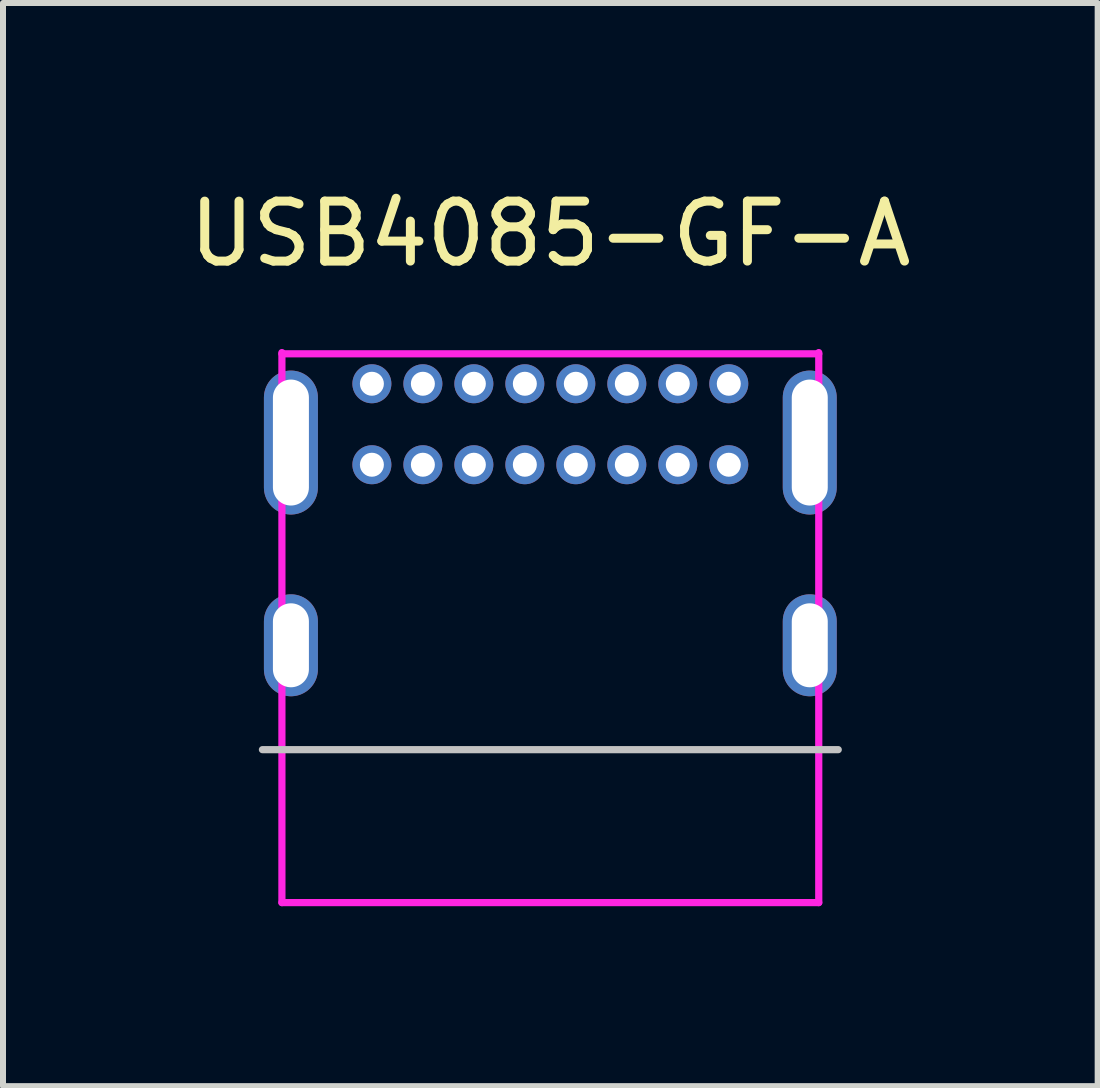
<source format=kicad_pcb>
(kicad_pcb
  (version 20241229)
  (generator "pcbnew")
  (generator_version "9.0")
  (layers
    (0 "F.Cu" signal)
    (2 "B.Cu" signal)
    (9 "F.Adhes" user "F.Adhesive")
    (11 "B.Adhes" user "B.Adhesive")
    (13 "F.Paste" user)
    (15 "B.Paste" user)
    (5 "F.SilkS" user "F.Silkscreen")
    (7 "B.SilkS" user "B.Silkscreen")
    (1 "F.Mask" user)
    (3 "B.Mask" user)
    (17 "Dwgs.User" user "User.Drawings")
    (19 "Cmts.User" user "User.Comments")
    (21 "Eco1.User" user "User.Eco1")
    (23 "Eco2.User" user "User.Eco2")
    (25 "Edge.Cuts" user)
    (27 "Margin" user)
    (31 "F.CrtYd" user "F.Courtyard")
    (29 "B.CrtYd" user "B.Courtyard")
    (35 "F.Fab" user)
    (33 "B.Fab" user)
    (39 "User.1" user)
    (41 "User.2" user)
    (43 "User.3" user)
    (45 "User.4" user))
  (footprint "USB4085-GF-A"
    (layer "F.Cu")
    (at 6.125 3.348)
    (property "Reference" "USB4085-GF-A" (at 0 -2.5 0) (layer "F.SilkS") (effects (font (size 1 1) (thickness 0.15))))
    (attr through_hole)
    (fp_line (start -4.8 6.1) (end 4.8 6.1) (stroke (width 0.12) (type solid)) (layer "Dwgs.User"))
    (fp_line (start -4.475 -0.5) (end 4.475 -0.5) (stroke (width 0.12) (type solid)) (layer "F.CrtYd"))
    (fp_line (start -4.475 8.65) (end -4.475 -0.52) (stroke (width 0.12) (type solid)) (layer "F.CrtYd"))
    (fp_line (start -4.475 8.65) (end 4.475 8.65) (stroke (width 0.12) (type solid)) (layer "F.CrtYd"))
    (fp_line (start 4.475 8.65) (end 4.475 -0.52) (stroke (width 0.12) (type solid)) (layer "F.CrtYd"))
    (pad "A1" thru_hole circle (at -2.975 0) (size 0.65 0.65) (drill 0.4) (layers "*.Cu" "*.Mask"))
    (pad "A4" thru_hole circle (at -2.125 0) (size 0.65 0.65) (drill 0.4) (layers "*.Cu" "*.Mask"))
    (pad "A5" thru_hole circle (at -1.275 0) (size 0.65 0.65) (drill 0.4) (layers "*.Cu" "*.Mask"))
    (pad "A6" thru_hole circle (at -0.425 0) (size 0.65 0.65) (drill 0.4) (layers "*.Cu" "*.Mask"))
    (pad "A7" thru_hole circle (at 0.425 0) (size 0.65 0.65) (drill 0.4) (layers "*.Cu" "*.Mask"))
    (pad "A8" thru_hole circle (at 1.275 0) (size 0.65 0.65) (drill 0.4) (layers "*.Cu" "*.Mask"))
    (pad "A9" thru_hole circle (at 2.125 0) (size 0.65 0.65) (drill 0.4) (layers "*.Cu" "*.Mask"))
    (pad "A12" thru_hole circle (at 2.975 0) (size 0.65 0.65) (drill 0.4) (layers "*.Cu" "*.Mask"))
    (pad "B1" thru_hole circle (at 2.975 1.35) (size 0.65 0.65) (drill 0.4) (layers "*.Cu" "*.Mask"))
    (pad "B4" thru_hole circle (at 2.125 1.35) (size 0.65 0.65) (drill 0.4) (layers "*.Cu" "*.Mask"))
    (pad "B5" thru_hole circle (at 1.275 1.35) (size 0.65 0.65) (drill 0.4) (layers "*.Cu" "*.Mask"))
    (pad "B6" thru_hole circle (at 0.425 1.35) (size 0.65 0.65) (drill 0.4) (layers "*.Cu" "*.Mask"))
    (pad "B7" thru_hole circle (at -0.425 1.35) (size 0.65 0.65) (drill 0.4) (layers "*.Cu" "*.Mask"))
    (pad "B8" thru_hole circle (at -1.275 1.35) (size 0.65 0.65) (drill 0.4) (layers "*.Cu" "*.Mask"))
    (pad "B9" thru_hole circle (at -2.125 1.35) (size 0.65 0.65) (drill 0.4) (layers "*.Cu" "*.Mask"))
    (pad "B12" thru_hole circle (at -2.975 1.35) (size 0.65 0.65) (drill 0.4) (layers "*.Cu" "*.Mask"))
    (pad "SHIELD" thru_hole oval (at -4.325 0.98) (size 0.9 2.4) (drill oval 0.6 2.1) (layers "*.Cu" "*.Mask"))
    (pad "SHIELD" thru_hole oval (at -4.325 4.36) (size 0.9 1.7) (drill oval 0.6 1.4) (layers "*.Cu" "*.Mask"))
    (pad "SHIELD" thru_hole oval (at 4.325 0.98) (size 0.9 2.4) (drill oval 0.6 2.1) (layers "*.Cu" "*.Mask"))
    (pad "SHIELD" thru_hole oval (at 4.325 4.36) (size 0.9 1.7) (drill oval 0.6 1.4) (layers "*.Cu" "*.Mask")))
  (gr_rect
    (start -3 -3)
    (end 15.25 15.058)
    (stroke (width 0.1) (type default))
    (fill no)
    (layer "Edge.Cuts")))
</source>
